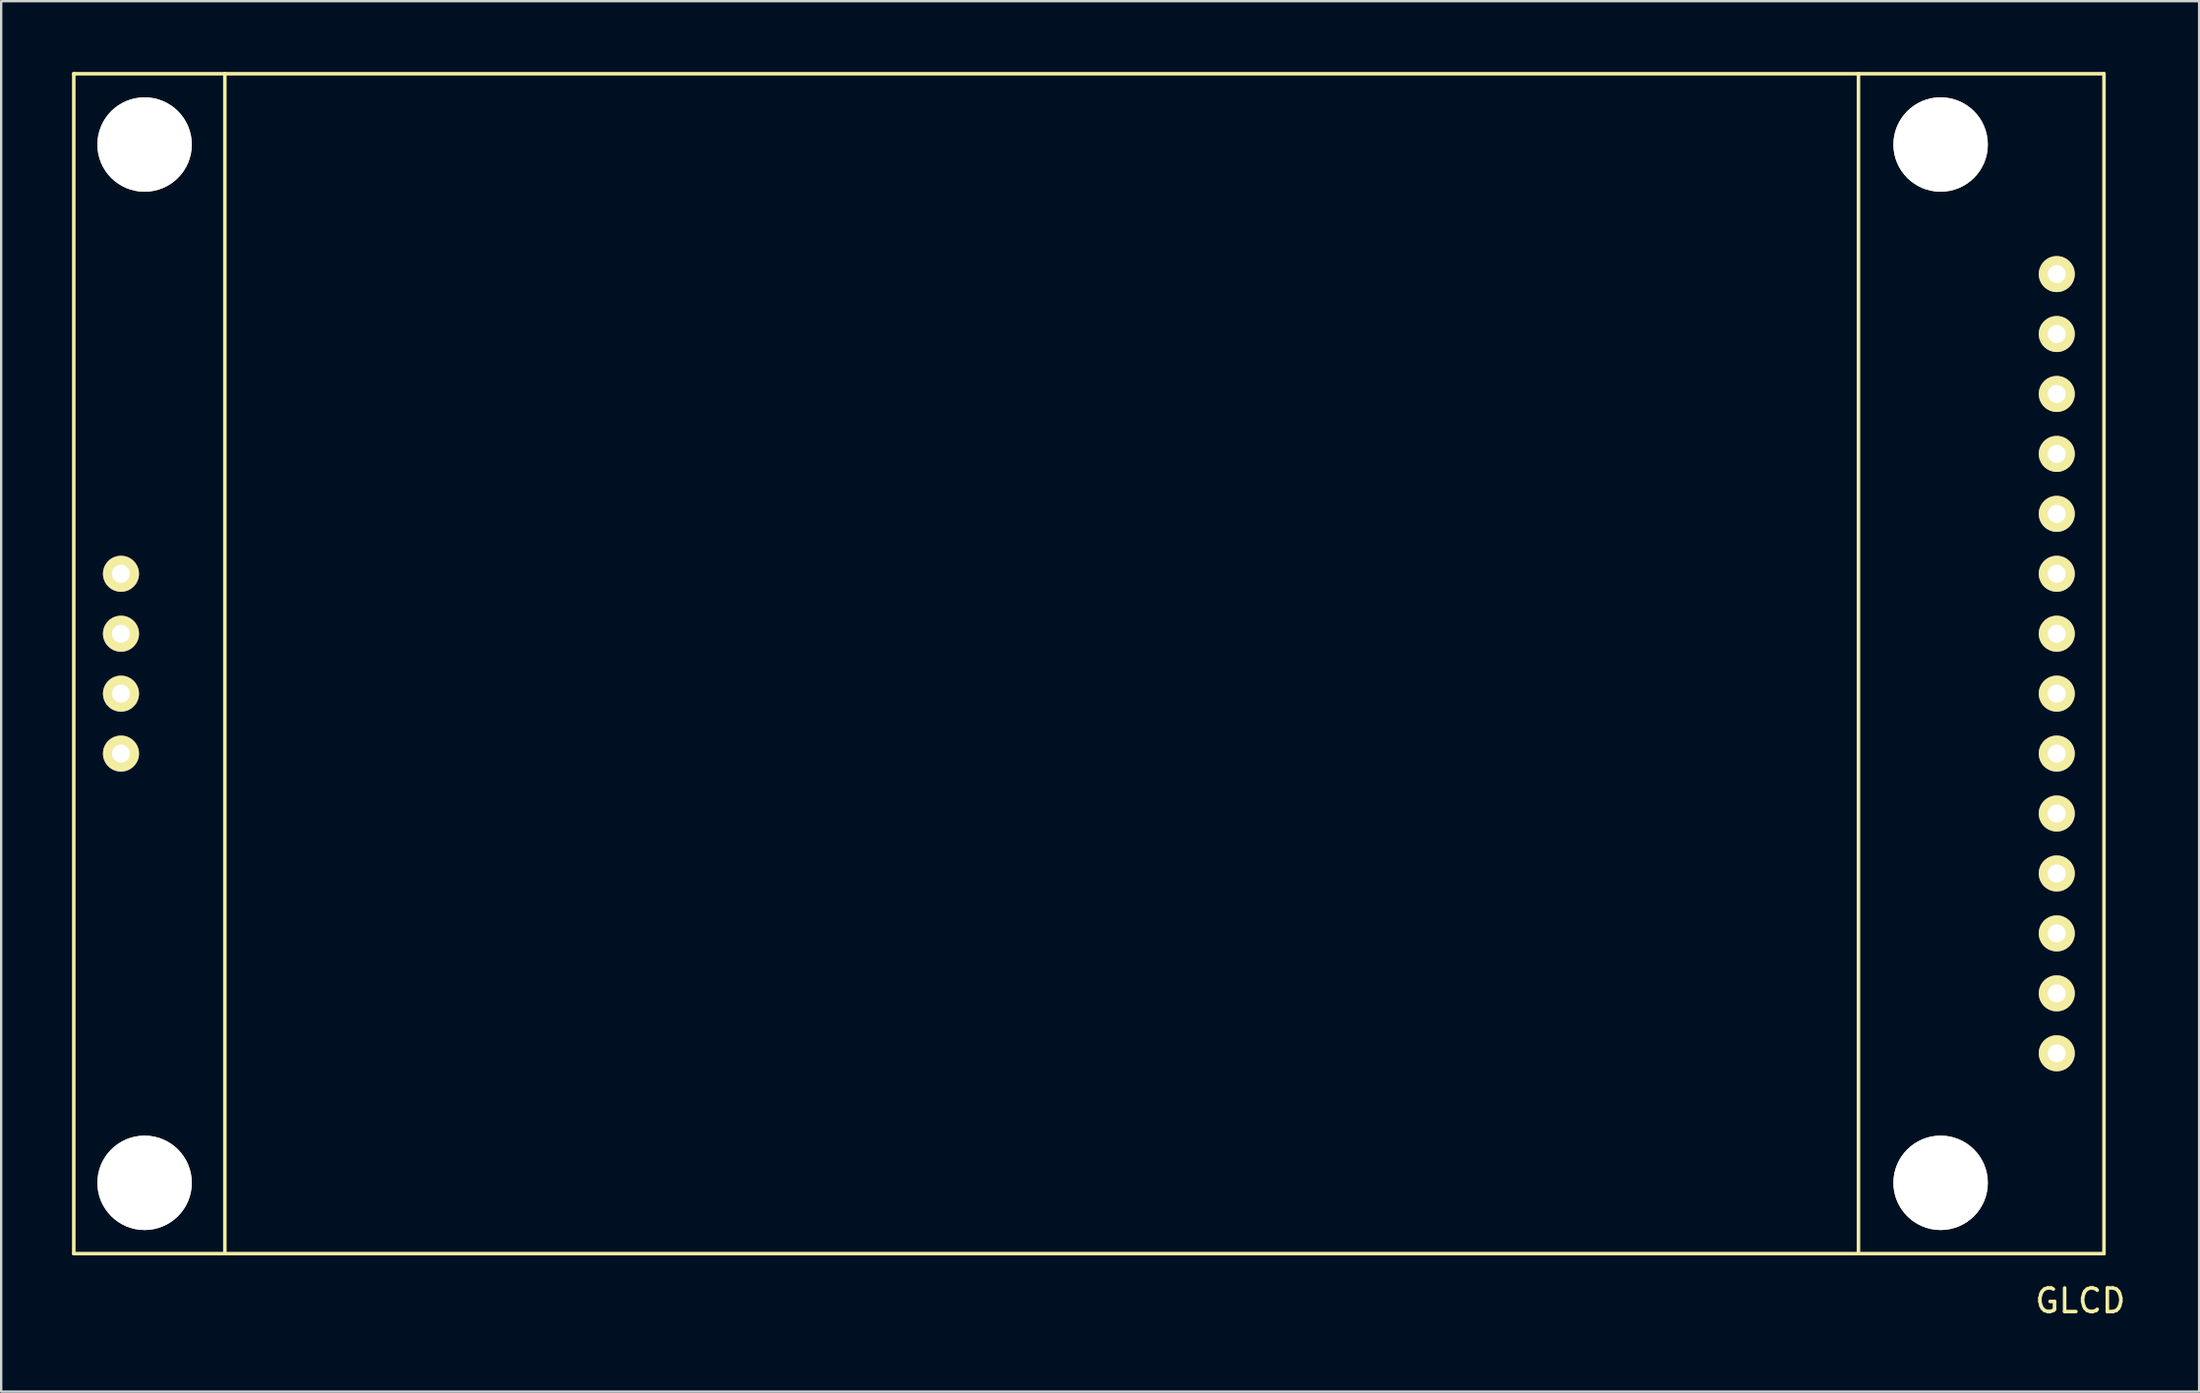
<source format=kicad_pcb>
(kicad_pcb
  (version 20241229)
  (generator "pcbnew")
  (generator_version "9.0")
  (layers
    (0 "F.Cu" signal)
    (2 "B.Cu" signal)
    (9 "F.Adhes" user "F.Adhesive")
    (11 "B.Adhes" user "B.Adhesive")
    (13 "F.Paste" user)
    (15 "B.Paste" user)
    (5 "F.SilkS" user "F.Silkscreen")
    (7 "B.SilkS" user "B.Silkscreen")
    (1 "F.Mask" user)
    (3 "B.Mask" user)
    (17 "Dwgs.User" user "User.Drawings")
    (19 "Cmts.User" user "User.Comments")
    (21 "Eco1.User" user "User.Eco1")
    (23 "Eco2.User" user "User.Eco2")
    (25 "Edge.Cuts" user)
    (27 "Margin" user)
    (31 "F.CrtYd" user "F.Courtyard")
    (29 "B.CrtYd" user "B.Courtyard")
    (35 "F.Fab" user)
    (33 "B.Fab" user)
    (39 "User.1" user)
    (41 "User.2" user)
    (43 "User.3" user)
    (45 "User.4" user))
  (footprint "GLCD"
    (layer "F.Cu")
    (at 43.075 25.075)
    (property "Reference" "GLCD" (at 42 27 0) (layer "F.SilkS") (effects (font (size 1 1) (thickness 0.15))))
    (attr through_hole)
    (fp_line (start -43 -25) (end -43 25) (stroke (width 0.15) (type solid)) (layer "F.SilkS"))
    (fp_line (start -43 25) (end 43 25) (stroke (width 0.15) (type solid)) (layer "F.SilkS"))
    (fp_line (start -36.6 25) (end -36.6 -25) (stroke (width 0.15) (type solid)) (layer "F.SilkS"))
    (fp_line (start 32.6 25) (end 32.6 -25) (stroke (width 0.15) (type solid)) (layer "F.SilkS"))
    (fp_line (start 43 -25) (end -43 -25) (stroke (width 0.15) (type solid)) (layer "F.SilkS"))
    (fp_line (start 43 25) (end 43 -25) (stroke (width 0.15) (type solid)) (layer "F.SilkS"))
    (pad "" np_thru_hole circle (at -40 -22) (size 4 4) (drill 4) (layers "*.Cu" "*.Mask" "F.SilkS"))
    (pad "" np_thru_hole circle (at -40 22) (size 4 4) (drill 4) (layers "*.Cu" "*.Mask" "F.SilkS"))
    (pad "" np_thru_hole circle (at 36.08 -22) (size 4 4) (drill 4) (layers "*.Cu" "*.Mask" "F.SilkS"))
    (pad "" np_thru_hole circle (at 36.08 22) (size 4 4) (drill 4) (layers "*.Cu" "*.Mask" "F.SilkS"))
    (pad "1" thru_hole circle (at 41 -16.51) (size 1.524 1.524) (drill 0.762) (layers "*.Cu" "*.Mask" "F.SilkS"))
    (pad "2" thru_hole circle (at 41 -13.97) (size 1.524 1.524) (drill 0.762) (layers "*.Cu" "*.Mask" "F.SilkS"))
    (pad "3" thru_hole circle (at 41 -11.43) (size 1.524 1.524) (drill 0.762) (layers "*.Cu" "*.Mask" "F.SilkS"))
    (pad "4" thru_hole circle (at 41 -8.89) (size 1.524 1.524) (drill 0.762) (layers "*.Cu" "*.Mask" "F.SilkS"))
    (pad "5" thru_hole circle (at 41 -6.35) (size 1.524 1.524) (drill 0.762) (layers "*.Cu" "*.Mask" "F.SilkS"))
    (pad "6" thru_hole circle (at 41 -3.81) (size 1.524 1.524) (drill 0.762) (layers "*.Cu" "*.Mask" "F.SilkS"))
    (pad "7" thru_hole circle (at 41 -1.27) (size 1.524 1.524) (drill 0.762) (layers "*.Cu" "*.Mask" "F.SilkS"))
    (pad "8" thru_hole circle (at 41 1.27) (size 1.524 1.524) (drill 0.762) (layers "*.Cu" "*.Mask" "F.SilkS"))
    (pad "9" thru_hole circle (at 41 3.81) (size 1.524 1.524) (drill 0.762) (layers "*.Cu" "*.Mask" "F.SilkS"))
    (pad "10" thru_hole circle (at 41 6.35) (size 1.524 1.524) (drill 0.762) (layers "*.Cu" "*.Mask" "F.SilkS"))
    (pad "11" thru_hole circle (at 41 8.89) (size 1.524 1.524) (drill 0.762) (layers "*.Cu" "*.Mask" "F.SilkS"))
    (pad "12" thru_hole circle (at 41 11.43) (size 1.524 1.524) (drill 0.762) (layers "*.Cu" "*.Mask" "F.SilkS"))
    (pad "13" thru_hole circle (at 41 13.97) (size 1.524 1.524) (drill 0.762) (layers "*.Cu" "*.Mask" "F.SilkS"))
    (pad "14" thru_hole circle (at 41 16.51) (size 1.524 1.524) (drill 0.762) (layers "*.Cu" "*.Mask" "F.SilkS"))
    (pad "15" thru_hole circle (at -41 3.81) (size 1.524 1.524) (drill 0.762) (layers "*.Cu" "*.Mask" "F.SilkS"))
    (pad "16" thru_hole circle (at -41 1.27) (size 1.524 1.524) (drill 0.762) (layers "*.Cu" "*.Mask" "F.SilkS"))
    (pad "17" thru_hole circle (at -41 -1.27) (size 1.524 1.524) (drill 0.762) (layers "*.Cu" "*.Mask" "F.SilkS"))
    (pad "18" thru_hole circle (at -41 -3.81) (size 1.524 1.524) (drill 0.762) (layers "*.Cu" "*.Mask" "F.SilkS")))
  (gr_rect
    (start -3 -3)
    (end 90.105 55.923)
    (stroke (width 0.1) (type default))
    (fill no)
    (layer "Edge.Cuts")))
</source>
